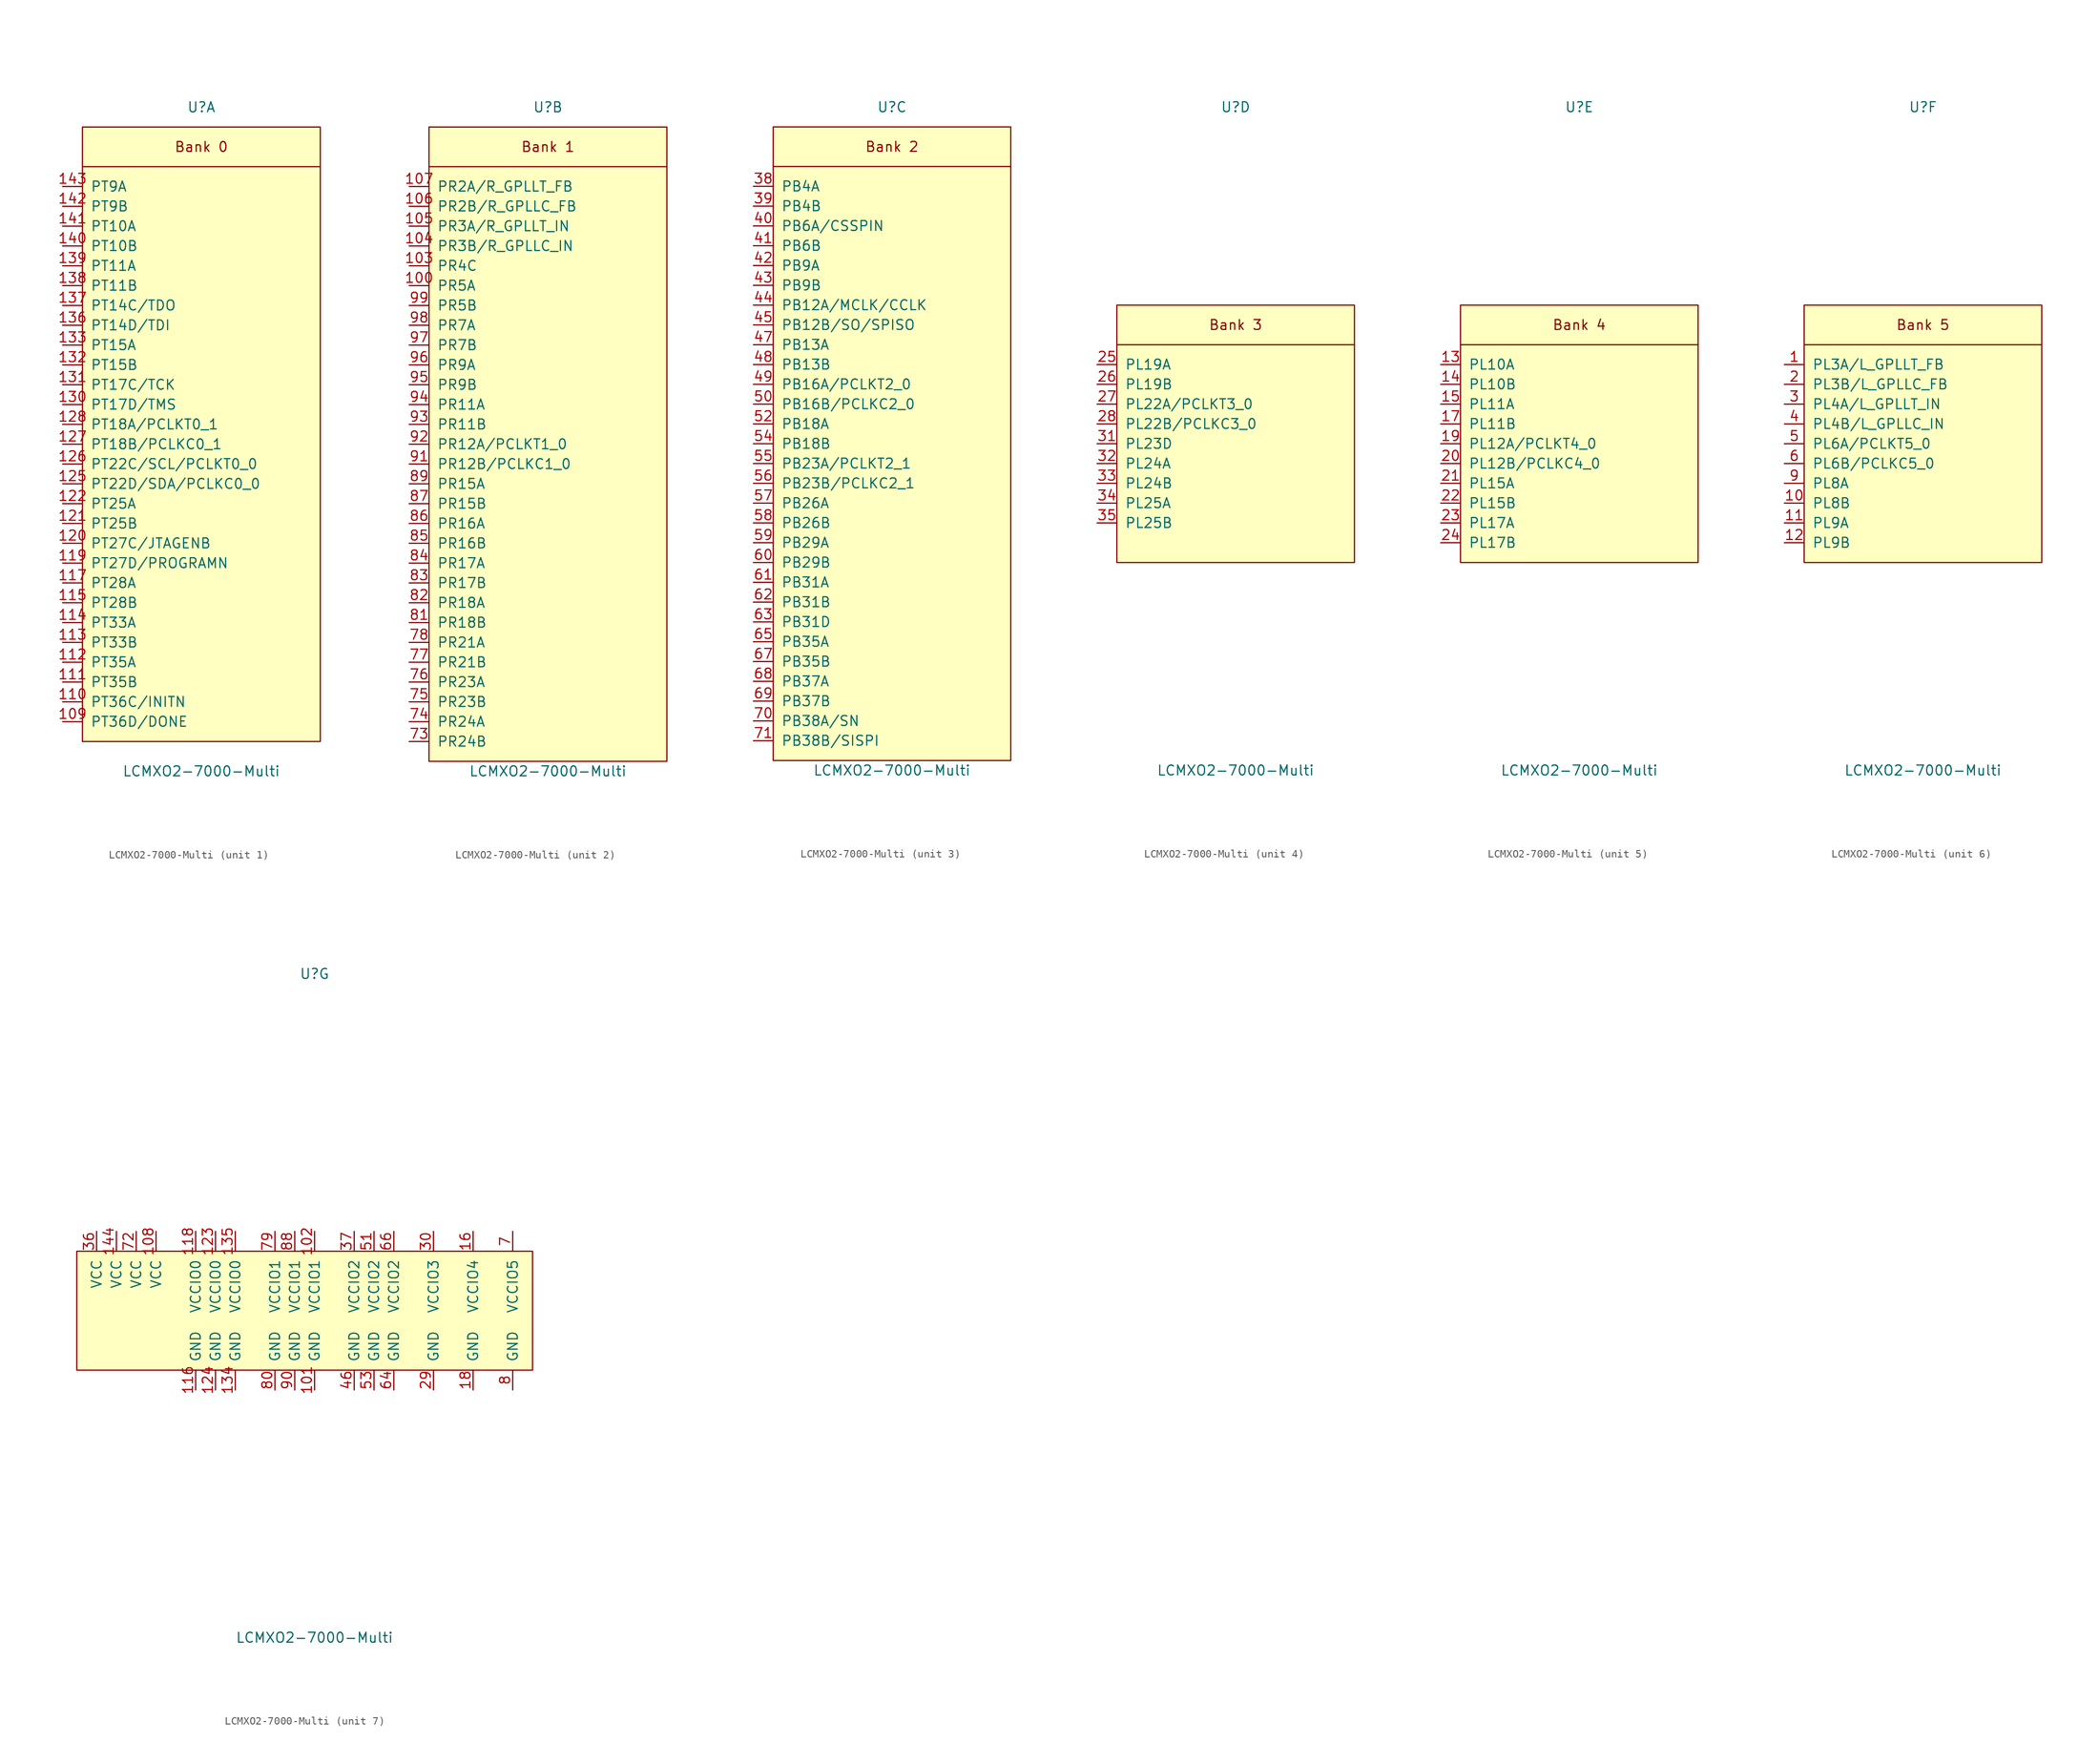
<source format=kicad_sym>
(kicad_symbol_lib
  (version 20231120)
  (generator "kicad_symbol_editor")
  (generator_version "8.0")
  (symbol "LCMXO2-7000-Multi"
    (pin_names
      (offset 1.016))
    (property "Reference" "U"
      (at 0 43.18 0)
      (effects (font (size 1.27 1.27))))
    (property "Value" "LCMXO2-7000-Multi"
      (at 0 -41.91 0)
      (effects (font (size 1.27 1.27))))
    (property "ki_locked" ""
      (at 0 0 0)
      (effects (font (size 1.27 1.27))))
    (symbol "LCMXO2-7000-Multi_1_0"
      (rectangle (start -15.24 40.64) (end 15.24 -38.1) (stroke (width 0) (type default)) (fill (type background)))
      (polyline (pts (xy 15.24 35.56) (xy -15.24 35.56)) (stroke (width 0) (type default)) (fill (type none)))
      (text "Bank 0" (at 0 38.1 0) (effects (font (size 1.27 1.27)))))
    (symbol "LCMXO2-7000-Multi_1_1"
      (pin tri_state line (at -17.78 -35.56 0) (length 2.54) (name "PT36D/DONE" (effects (font (size 1.27 1.27)))) (number "109" (effects (font (size 1.27 1.27)))))
      (pin tri_state line (at -17.78 -33.02 0) (length 2.54) (name "PT36C/INITN" (effects (font (size 1.27 1.27)))) (number "110" (effects (font (size 1.27 1.27)))))
      (pin tri_state line (at -17.78 -30.48 0) (length 2.54) (name "PT35B" (effects (font (size 1.27 1.27)))) (number "111" (effects (font (size 1.27 1.27)))))
      (pin tri_state line (at -17.78 -27.94 0) (length 2.54) (name "PT35A" (effects (font (size 1.27 1.27)))) (number "112" (effects (font (size 1.27 1.27)))))
      (pin tri_state line (at -17.78 -25.4 0) (length 2.54) (name "PT33B" (effects (font (size 1.27 1.27)))) (number "113" (effects (font (size 1.27 1.27)))))
      (pin tri_state line (at -17.78 -22.86 0) (length 2.54) (name "PT33A" (effects (font (size 1.27 1.27)))) (number "114" (effects (font (size 1.27 1.27)))))
      (pin tri_state line (at -17.78 -20.32 0) (length 2.54) (name "PT28B" (effects (font (size 1.27 1.27)))) (number "115" (effects (font (size 1.27 1.27)))))
      (pin tri_state line (at -17.78 -17.78 0) (length 2.54) (name "PT28A" (effects (font (size 1.27 1.27)))) (number "117" (effects (font (size 1.27 1.27)))))
      (pin tri_state line (at -17.78 -15.24 0) (length 2.54) (name "PT27D/PROGRAMN" (effects (font (size 1.27 1.27)))) (number "119" (effects (font (size 1.27 1.27)))))
      (pin tri_state line (at -17.78 -12.7 0) (length 2.54) (name "PT27C/JTAGENB" (effects (font (size 1.27 1.27)))) (number "120" (effects (font (size 1.27 1.27)))))
      (pin tri_state line (at -17.78 -10.16 0) (length 2.54) (name "PT25B" (effects (font (size 1.27 1.27)))) (number "121" (effects (font (size 1.27 1.27)))))
      (pin tri_state line (at -17.78 -7.62 0) (length 2.54) (name "PT25A" (effects (font (size 1.27 1.27)))) (number "122" (effects (font (size 1.27 1.27)))))
      (pin tri_state line (at -17.78 -5.08 0) (length 2.54) (name "PT22D/SDA/PCLKC0_0" (effects (font (size 1.27 1.27)))) (number "125" (effects (font (size 1.27 1.27)))))
      (pin tri_state line (at -17.78 -2.54 0) (length 2.54) (name "PT22C/SCL/PCLKT0_0" (effects (font (size 1.27 1.27)))) (number "126" (effects (font (size 1.27 1.27)))))
      (pin tri_state line (at -17.78 0 0) (length 2.54) (name "PT18B/PCLKC0_1" (effects (font (size 1.27 1.27)))) (number "127" (effects (font (size 1.27 1.27)))))
      (pin tri_state line (at -17.78 2.54 0) (length 2.54) (name "PT18A/PCLKT0_1" (effects (font (size 1.27 1.27)))) (number "128" (effects (font (size 1.27 1.27)))))
      (pin tri_state line (at -17.78 5.08 0) (length 2.54) (name "PT17D/TMS" (effects (font (size 1.27 1.27)))) (number "130" (effects (font (size 1.27 1.27)))))
      (pin tri_state line (at -17.78 7.62 0) (length 2.54) (name "PT17C/TCK" (effects (font (size 1.27 1.27)))) (number "131" (effects (font (size 1.27 1.27)))))
      (pin tri_state line (at -17.78 10.16 0) (length 2.54) (name "PT15B" (effects (font (size 1.27 1.27)))) (number "132" (effects (font (size 1.27 1.27)))))
      (pin tri_state line (at -17.78 12.7 0) (length 2.54) (name "PT15A" (effects (font (size 1.27 1.27)))) (number "133" (effects (font (size 1.27 1.27)))))
      (pin tri_state line (at -17.78 15.24 0) (length 2.54) (name "PT14D/TDI" (effects (font (size 1.27 1.27)))) (number "136" (effects (font (size 1.27 1.27)))))
      (pin tri_state line (at -17.78 17.78 0) (length 2.54) (name "PT14C/TDO" (effects (font (size 1.27 1.27)))) (number "137" (effects (font (size 1.27 1.27)))))
      (pin tri_state line (at -17.78 20.32 0) (length 2.54) (name "PT11B" (effects (font (size 1.27 1.27)))) (number "138" (effects (font (size 1.27 1.27)))))
      (pin tri_state line (at -17.78 22.86 0) (length 2.54) (name "PT11A" (effects (font (size 1.27 1.27)))) (number "139" (effects (font (size 1.27 1.27)))))
      (pin tri_state line (at -17.78 25.4 0) (length 2.54) (name "PT10B" (effects (font (size 1.27 1.27)))) (number "140" (effects (font (size 1.27 1.27)))))
      (pin tri_state line (at -17.78 27.94 0) (length 2.54) (name "PT10A" (effects (font (size 1.27 1.27)))) (number "141" (effects (font (size 1.27 1.27)))))
      (pin tri_state line (at -17.78 30.48 0) (length 2.54) (name "PT9B" (effects (font (size 1.27 1.27)))) (number "142" (effects (font (size 1.27 1.27)))))
      (pin tri_state line (at -17.78 33.02 0) (length 2.54) (name "PT9A" (effects (font (size 1.27 1.27)))) (number "143" (effects (font (size 1.27 1.27))))))
    (symbol "LCMXO2-7000-Multi_2_0"
      (text "Bank 1" (at 0 38.1 0) (effects (font (size 1.27 1.27)))))
    (symbol "LCMXO2-7000-Multi_2_1"
      (rectangle (start -15.24 40.64) (end 15.24 -40.64) (stroke (width 0) (type default)) (fill (type background)))
      (polyline (pts (xy -15.24 35.56) (xy 15.24 35.56)) (stroke (width 0) (type default)) (fill (type none)))
      (pin tri_state line (at -17.78 20.32 0) (length 2.54) (name "PR5A" (effects (font (size 1.27 1.27)))) (number "100" (effects (font (size 1.27 1.27)))))
      (pin tri_state line (at -17.78 22.86 0) (length 2.54) (name "PR4C" (effects (font (size 1.27 1.27)))) (number "103" (effects (font (size 1.27 1.27)))))
      (pin tri_state line (at -17.78 25.4 0) (length 2.54) (name "PR3B/R_GPLLC_IN" (effects (font (size 1.27 1.27)))) (number "104" (effects (font (size 1.27 1.27)))))
      (pin tri_state line (at -17.78 27.94 0) (length 2.54) (name "PR3A/R_GPLLT_IN" (effects (font (size 1.27 1.27)))) (number "105" (effects (font (size 1.27 1.27)))))
      (pin tri_state line (at -17.78 30.48 0) (length 2.54) (name "PR2B/R_GPLLC_FB" (effects (font (size 1.27 1.27)))) (number "106" (effects (font (size 1.27 1.27)))))
      (pin tri_state line (at -17.78 33.02 0) (length 2.54) (name "PR2A/R_GPLLT_FB" (effects (font (size 1.27 1.27)))) (number "107" (effects (font (size 1.27 1.27)))))
      (pin tri_state line (at -17.78 -38.1 0) (length 2.54) (name "PR24B" (effects (font (size 1.27 1.27)))) (number "73" (effects (font (size 1.27 1.27)))))
      (pin tri_state line (at -17.78 -35.56 0) (length 2.54) (name "PR24A" (effects (font (size 1.27 1.27)))) (number "74" (effects (font (size 1.27 1.27)))))
      (pin tri_state line (at -17.78 -33.02 0) (length 2.54) (name "PR23B" (effects (font (size 1.27 1.27)))) (number "75" (effects (font (size 1.27 1.27)))))
      (pin tri_state line (at -17.78 -30.48 0) (length 2.54) (name "PR23A" (effects (font (size 1.27 1.27)))) (number "76" (effects (font (size 1.27 1.27)))))
      (pin tri_state line (at -17.78 -27.94 0) (length 2.54) (name "PR21B" (effects (font (size 1.27 1.27)))) (number "77" (effects (font (size 1.27 1.27)))))
      (pin tri_state line (at -17.78 -25.4 0) (length 2.54) (name "PR21A" (effects (font (size 1.27 1.27)))) (number "78" (effects (font (size 1.27 1.27)))))
      (pin tri_state line (at -17.78 -22.86 0) (length 2.54) (name "PR18B" (effects (font (size 1.27 1.27)))) (number "81" (effects (font (size 1.27 1.27)))))
      (pin tri_state line (at -17.78 -20.32 0) (length 2.54) (name "PR18A" (effects (font (size 1.27 1.27)))) (number "82" (effects (font (size 1.27 1.27)))))
      (pin tri_state line (at -17.78 -17.78 0) (length 2.54) (name "PR17B" (effects (font (size 1.27 1.27)))) (number "83" (effects (font (size 1.27 1.27)))))
      (pin tri_state line (at -17.78 -15.24 0) (length 2.54) (name "PR17A" (effects (font (size 1.27 1.27)))) (number "84" (effects (font (size 1.27 1.27)))))
      (pin tri_state line (at -17.78 -12.7 0) (length 2.54) (name "PR16B" (effects (font (size 1.27 1.27)))) (number "85" (effects (font (size 1.27 1.27)))))
      (pin tri_state line (at -17.78 -10.16 0) (length 2.54) (name "PR16A" (effects (font (size 1.27 1.27)))) (number "86" (effects (font (size 1.27 1.27)))))
      (pin tri_state line (at -17.78 -7.62 0) (length 2.54) (name "PR15B" (effects (font (size 1.27 1.27)))) (number "87" (effects (font (size 1.27 1.27)))))
      (pin tri_state line (at -17.78 -5.08 0) (length 2.54) (name "PR15A" (effects (font (size 1.27 1.27)))) (number "89" (effects (font (size 1.27 1.27)))))
      (pin tri_state line (at -17.78 -2.54 0) (length 2.54) (name "PR12B/PCLKC1_0" (effects (font (size 1.27 1.27)))) (number "91" (effects (font (size 1.27 1.27)))))
      (pin tri_state line (at -17.78 0 0) (length 2.54) (name "PR12A/PCLKT1_0" (effects (font (size 1.27 1.27)))) (number "92" (effects (font (size 1.27 1.27)))))
      (pin tri_state line (at -17.78 2.54 0) (length 2.54) (name "PR11B" (effects (font (size 1.27 1.27)))) (number "93" (effects (font (size 1.27 1.27)))))
      (pin tri_state line (at -17.78 5.08 0) (length 2.54) (name "PR11A" (effects (font (size 1.27 1.27)))) (number "94" (effects (font (size 1.27 1.27)))))
      (pin tri_state line (at -17.78 7.62 0) (length 2.54) (name "PR9B" (effects (font (size 1.27 1.27)))) (number "95" (effects (font (size 1.27 1.27)))))
      (pin tri_state line (at -17.78 10.16 0) (length 2.54) (name "PR9A" (effects (font (size 1.27 1.27)))) (number "96" (effects (font (size 1.27 1.27)))))
      (pin tri_state line (at -17.78 12.7 0) (length 2.54) (name "PR7B" (effects (font (size 1.27 1.27)))) (number "97" (effects (font (size 1.27 1.27)))))
      (pin tri_state line (at -17.78 15.24 0) (length 2.54) (name "PR7A" (effects (font (size 1.27 1.27)))) (number "98" (effects (font (size 1.27 1.27)))))
      (pin tri_state line (at -17.78 17.78 0) (length 2.54) (name "PR5B" (effects (font (size 1.27 1.27)))) (number "99" (effects (font (size 1.27 1.27))))))
    (symbol "LCMXO2-7000-Multi_3_0"
      (text "Bank 2" (at 0 38.1 0) (effects (font (size 1.27 1.27)))))
    (symbol "LCMXO2-7000-Multi_3_1"
      (rectangle (start -15.24 40.64) (end 15.24 -40.64) (stroke (width 0) (type default)) (fill (type background)))
      (polyline (pts (xy -15.24 35.56) (xy 15.24 35.56)) (stroke (width 0) (type default)) (fill (type none)))
      (pin tri_state line (at -17.78 33.02 0) (length 2.54) (name "PB4A" (effects (font (size 1.27 1.27)))) (number "38" (effects (font (size 1.27 1.27)))))
      (pin tri_state line (at -17.78 30.48 0) (length 2.54) (name "PB4B" (effects (font (size 1.27 1.27)))) (number "39" (effects (font (size 1.27 1.27)))))
      (pin tri_state line (at -17.78 27.94 0) (length 2.54) (name "PB6A/CSSPIN" (effects (font (size 1.27 1.27)))) (number "40" (effects (font (size 1.27 1.27)))))
      (pin tri_state line (at -17.78 25.4 0) (length 2.54) (name "PB6B" (effects (font (size 1.27 1.27)))) (number "41" (effects (font (size 1.27 1.27)))))
      (pin tri_state line (at -17.78 22.86 0) (length 2.54) (name "PB9A" (effects (font (size 1.27 1.27)))) (number "42" (effects (font (size 1.27 1.27)))))
      (pin tri_state line (at -17.78 20.32 0) (length 2.54) (name "PB9B" (effects (font (size 1.27 1.27)))) (number "43" (effects (font (size 1.27 1.27)))))
      (pin tri_state line (at -17.78 17.78 0) (length 2.54) (name "PB12A/MCLK/CCLK" (effects (font (size 1.27 1.27)))) (number "44" (effects (font (size 1.27 1.27)))))
      (pin tri_state line (at -17.78 15.24 0) (length 2.54) (name "PB12B/SO/SPISO" (effects (font (size 1.27 1.27)))) (number "45" (effects (font (size 1.27 1.27)))))
      (pin tri_state line (at -17.78 12.7 0) (length 2.54) (name "PB13A" (effects (font (size 1.27 1.27)))) (number "47" (effects (font (size 1.27 1.27)))))
      (pin tri_state line (at -17.78 10.16 0) (length 2.54) (name "PB13B" (effects (font (size 1.27 1.27)))) (number "48" (effects (font (size 1.27 1.27)))))
      (pin tri_state line (at -17.78 7.62 0) (length 2.54) (name "PB16A/PCLKT2_0" (effects (font (size 1.27 1.27)))) (number "49" (effects (font (size 1.27 1.27)))))
      (pin tri_state line (at -17.78 5.08 0) (length 2.54) (name "PB16B/PCLKC2_0" (effects (font (size 1.27 1.27)))) (number "50" (effects (font (size 1.27 1.27)))))
      (pin tri_state line (at -17.78 2.54 0) (length 2.54) (name "PB18A" (effects (font (size 1.27 1.27)))) (number "52" (effects (font (size 1.27 1.27)))))
      (pin tri_state line (at -17.78 0 0) (length 2.54) (name "PB18B" (effects (font (size 1.27 1.27)))) (number "54" (effects (font (size 1.27 1.27)))))
      (pin tri_state line (at -17.78 -2.54 0) (length 2.54) (name "PB23A/PCLKT2_1" (effects (font (size 1.27 1.27)))) (number "55" (effects (font (size 1.27 1.27)))))
      (pin tri_state line (at -17.78 -5.08 0) (length 2.54) (name "PB23B/PCLKC2_1" (effects (font (size 1.27 1.27)))) (number "56" (effects (font (size 1.27 1.27)))))
      (pin tri_state line (at -17.78 -7.62 0) (length 2.54) (name "PB26A" (effects (font (size 1.27 1.27)))) (number "57" (effects (font (size 1.27 1.27)))))
      (pin tri_state line (at -17.78 -10.16 0) (length 2.54) (name "PB26B" (effects (font (size 1.27 1.27)))) (number "58" (effects (font (size 1.27 1.27)))))
      (pin tri_state line (at -17.78 -12.7 0) (length 2.54) (name "PB29A" (effects (font (size 1.27 1.27)))) (number "59" (effects (font (size 1.27 1.27)))))
      (pin tri_state line (at -17.78 -15.24 0) (length 2.54) (name "PB29B" (effects (font (size 1.27 1.27)))) (number "60" (effects (font (size 1.27 1.27)))))
      (pin tri_state line (at -17.78 -17.78 0) (length 2.54) (name "PB31A" (effects (font (size 1.27 1.27)))) (number "61" (effects (font (size 1.27 1.27)))))
      (pin tri_state line (at -17.78 -20.32 0) (length 2.54) (name "PB31B" (effects (font (size 1.27 1.27)))) (number "62" (effects (font (size 1.27 1.27)))))
      (pin tri_state line (at -17.78 -22.86 0) (length 2.54) (name "PB31D" (effects (font (size 1.27 1.27)))) (number "63" (effects (font (size 1.27 1.27)))))
      (pin tri_state line (at -17.78 -25.4 0) (length 2.54) (name "PB35A" (effects (font (size 1.27 1.27)))) (number "65" (effects (font (size 1.27 1.27)))))
      (pin tri_state line (at -17.78 -27.94 0) (length 2.54) (name "PB35B" (effects (font (size 1.27 1.27)))) (number "67" (effects (font (size 1.27 1.27)))))
      (pin tri_state line (at -17.78 -30.48 0) (length 2.54) (name "PB37A" (effects (font (size 1.27 1.27)))) (number "68" (effects (font (size 1.27 1.27)))))
      (pin tri_state line (at -17.78 -33.02 0) (length 2.54) (name "PB37B" (effects (font (size 1.27 1.27)))) (number "69" (effects (font (size 1.27 1.27)))))
      (pin tri_state line (at -17.78 -35.56 0) (length 2.54) (name "PB38A/SN" (effects (font (size 1.27 1.27)))) (number "70" (effects (font (size 1.27 1.27)))))
      (pin tri_state line (at -17.78 -38.1 0) (length 2.54) (name "PB38B/SISPI" (effects (font (size 1.27 1.27)))) (number "71" (effects (font (size 1.27 1.27))))))
    (symbol "LCMXO2-7000-Multi_4_0"
      (rectangle (start -15.24 17.78) (end 15.24 -15.24) (stroke (width 0) (type default)) (fill (type background)))
      (polyline (pts (xy 15.24 12.7) (xy -15.24 12.7)) (stroke (width 0) (type default)) (fill (type none)))
      (text "Bank 3" (at 0 15.24 0) (effects (font (size 1.27 1.27)))))
    (symbol "LCMXO2-7000-Multi_4_1"
      (pin tri_state line (at -17.78 10.16 0) (length 2.54) (name "PL19A" (effects (font (size 1.27 1.27)))) (number "25" (effects (font (size 1.27 1.27)))))
      (pin tri_state line (at -17.78 7.62 0) (length 2.54) (name "PL19B" (effects (font (size 1.27 1.27)))) (number "26" (effects (font (size 1.27 1.27)))))
      (pin tri_state line (at -17.78 5.08 0) (length 2.54) (name "PL22A/PCLKT3_0" (effects (font (size 1.27 1.27)))) (number "27" (effects (font (size 1.27 1.27)))))
      (pin tri_state line (at -17.78 2.54 0) (length 2.54) (name "PL22B/PCLKC3_0" (effects (font (size 1.27 1.27)))) (number "28" (effects (font (size 1.27 1.27)))))
      (pin tri_state line (at -17.78 0 0) (length 2.54) (name "PL23D" (effects (font (size 1.27 1.27)))) (number "31" (effects (font (size 1.27 1.27)))))
      (pin tri_state line (at -17.78 -2.54 0) (length 2.54) (name "PL24A" (effects (font (size 1.27 1.27)))) (number "32" (effects (font (size 1.27 1.27)))))
      (pin tri_state line (at -17.78 -5.08 0) (length 2.54) (name "PL24B" (effects (font (size 1.27 1.27)))) (number "33" (effects (font (size 1.27 1.27)))))
      (pin tri_state line (at -17.78 -7.62 0) (length 2.54) (name "PL25A" (effects (font (size 1.27 1.27)))) (number "34" (effects (font (size 1.27 1.27)))))
      (pin tri_state line (at -17.78 -10.16 0) (length 2.54) (name "PL25B" (effects (font (size 1.27 1.27)))) (number "35" (effects (font (size 1.27 1.27))))))
    (symbol "LCMXO2-7000-Multi_5_0"
      (rectangle (start -15.24 17.78) (end 15.24 -15.24) (stroke (width 0) (type default)) (fill (type background)))
      (polyline (pts (xy 15.24 12.7) (xy -15.24 12.7)) (stroke (width 0) (type default)) (fill (type none)))
      (text "Bank 4" (at 0 15.24 0) (effects (font (size 1.27 1.27)))))
    (symbol "LCMXO2-7000-Multi_5_1"
      (pin tri_state line (at -17.78 10.16 0) (length 2.54) (name "PL10A" (effects (font (size 1.27 1.27)))) (number "13" (effects (font (size 1.27 1.27)))))
      (pin tri_state line (at -17.78 7.62 0) (length 2.54) (name "PL10B" (effects (font (size 1.27 1.27)))) (number "14" (effects (font (size 1.27 1.27)))))
      (pin tri_state line (at -17.78 5.08 0) (length 2.54) (name "PL11A" (effects (font (size 1.27 1.27)))) (number "15" (effects (font (size 1.27 1.27)))))
      (pin tri_state line (at -17.78 2.54 0) (length 2.54) (name "PL11B" (effects (font (size 1.27 1.27)))) (number "17" (effects (font (size 1.27 1.27)))))
      (pin tri_state line (at -17.78 0 0) (length 2.54) (name "PL12A/PCLKT4_0" (effects (font (size 1.27 1.27)))) (number "19" (effects (font (size 1.27 1.27)))))
      (pin tri_state line (at -17.78 -2.54 0) (length 2.54) (name "PL12B/PCLKC4_0" (effects (font (size 1.27 1.27)))) (number "20" (effects (font (size 1.27 1.27)))))
      (pin tri_state line (at -17.78 -5.08 0) (length 2.54) (name "PL15A" (effects (font (size 1.27 1.27)))) (number "21" (effects (font (size 1.27 1.27)))))
      (pin tri_state line (at -17.78 -7.62 0) (length 2.54) (name "PL15B" (effects (font (size 1.27 1.27)))) (number "22" (effects (font (size 1.27 1.27)))))
      (pin tri_state line (at -17.78 -10.16 0) (length 2.54) (name "PL17A" (effects (font (size 1.27 1.27)))) (number "23" (effects (font (size 1.27 1.27)))))
      (pin tri_state line (at -17.78 -12.7 0) (length 2.54) (name "PL17B" (effects (font (size 1.27 1.27)))) (number "24" (effects (font (size 1.27 1.27))))))
    (symbol "LCMXO2-7000-Multi_6_0"
      (rectangle (start -15.24 17.78) (end 15.24 -15.24) (stroke (width 0) (type default)) (fill (type background)))
      (polyline (pts (xy 15.24 12.7) (xy -15.24 12.7)) (stroke (width 0) (type default)) (fill (type none)))
      (text "Bank 5" (at 0 15.24 0) (effects (font (size 1.27 1.27)))))
    (symbol "LCMXO2-7000-Multi_6_1"
      (pin tri_state line (at -17.78 10.16 0) (length 2.54) (name "PL3A/L_GPLLT_FB" (effects (font (size 1.27 1.27)))) (number "1" (effects (font (size 1.27 1.27)))))
      (pin tri_state line (at -17.78 -7.62 0) (length 2.54) (name "PL8B" (effects (font (size 1.27 1.27)))) (number "10" (effects (font (size 1.27 1.27)))))
      (pin tri_state line (at -17.78 -10.16 0) (length 2.54) (name "PL9A" (effects (font (size 1.27 1.27)))) (number "11" (effects (font (size 1.27 1.27)))))
      (pin tri_state line (at -17.78 -12.7 0) (length 2.54) (name "PL9B" (effects (font (size 1.27 1.27)))) (number "12" (effects (font (size 1.27 1.27)))))
      (pin tri_state line (at -17.78 7.62 0) (length 2.54) (name "PL3B/L_GPLLC_FB" (effects (font (size 1.27 1.27)))) (number "2" (effects (font (size 1.27 1.27)))))
      (pin tri_state line (at -17.78 5.08 0) (length 2.54) (name "PL4A/L_GPLLT_IN" (effects (font (size 1.27 1.27)))) (number "3" (effects (font (size 1.27 1.27)))))
      (pin tri_state line (at -17.78 2.54 0) (length 2.54) (name "PL4B/L_GPLLC_IN" (effects (font (size 1.27 1.27)))) (number "4" (effects (font (size 1.27 1.27)))))
      (pin tri_state line (at -17.78 0 0) (length 2.54) (name "PL6A/PCLKT5_0" (effects (font (size 1.27 1.27)))) (number "5" (effects (font (size 1.27 1.27)))))
      (pin tri_state line (at -17.78 -2.54 0) (length 2.54) (name "PL6B/PCLKC5_0" (effects (font (size 1.27 1.27)))) (number "6" (effects (font (size 1.27 1.27)))))
      (pin tri_state line (at -17.78 -5.08 0) (length 2.54) (name "PL8A" (effects (font (size 1.27 1.27)))) (number "9" (effects (font (size 1.27 1.27))))))
    (symbol "LCMXO2-7000-Multi_7_0"
      (rectangle (start -30.48 7.62) (end 27.94 -7.62) (stroke (width 0) (type default)) (fill (type background))))
    (symbol "LCMXO2-7000-Multi_7_1"
      (pin power_in line (at 0 -10.16 90) (length 2.54) (name "GND" (effects (font (size 1.27 1.27)))) (number "101" (effects (font (size 1.27 1.27)))))
      (pin power_in line (at 0 10.16 270) (length 2.54) (name "VCCIO1" (effects (font (size 1.27 1.27)))) (number "102" (effects (font (size 1.27 1.27)))))
      (pin power_in line (at -20.32 10.16 270) (length 2.54) (name "VCC" (effects (font (size 1.27 1.27)))) (number "108" (effects (font (size 1.27 1.27)))))
      (pin power_in line (at -15.24 -10.16 90) (length 2.54) (name "GND" (effects (font (size 1.27 1.27)))) (number "116" (effects (font (size 1.27 1.27)))))
      (pin power_in line (at -15.24 10.16 270) (length 2.54) (name "VCCIO0" (effects (font (size 1.27 1.27)))) (number "118" (effects (font (size 1.27 1.27)))))
      (pin power_in line (at -12.7 10.16 270) (length 2.54) (name "VCCIO0" (effects (font (size 1.27 1.27)))) (number "123" (effects (font (size 1.27 1.27)))))
      (pin power_in line (at -12.7 -10.16 90) (length 2.54) (name "GND" (effects (font (size 1.27 1.27)))) (number "124" (effects (font (size 1.27 1.27)))))
      (pin power_in line (at -10.16 -10.16 90) (length 2.54) (name "GND" (effects (font (size 1.27 1.27)))) (number "134" (effects (font (size 1.27 1.27)))))
      (pin power_in line (at -10.16 10.16 270) (length 2.54) (name "VCCIO0" (effects (font (size 1.27 1.27)))) (number "135" (effects (font (size 1.27 1.27)))))
      (pin power_in line (at -25.4 10.16 270) (length 2.54) (name "VCC" (effects (font (size 1.27 1.27)))) (number "144" (effects (font (size 1.27 1.27)))))
      (pin power_in line (at 20.32 10.16 270) (length 2.54) (name "VCCIO4" (effects (font (size 1.27 1.27)))) (number "16" (effects (font (size 1.27 1.27)))))
      (pin power_in line (at 20.32 -10.16 90) (length 2.54) (name "GND" (effects (font (size 1.27 1.27)))) (number "18" (effects (font (size 1.27 1.27)))))
      (pin power_in line (at 15.24 -10.16 90) (length 2.54) (name "GND" (effects (font (size 1.27 1.27)))) (number "29" (effects (font (size 1.27 1.27)))))
      (pin power_in line (at 15.24 10.16 270) (length 2.54) (name "VCCIO3" (effects (font (size 1.27 1.27)))) (number "30" (effects (font (size 1.27 1.27)))))
      (pin power_in line (at -27.94 10.16 270) (length 2.54) (name "VCC" (effects (font (size 1.27 1.27)))) (number "36" (effects (font (size 1.27 1.27)))))
      (pin power_in line (at 5.08 10.16 270) (length 2.54) (name "VCCIO2" (effects (font (size 1.27 1.27)))) (number "37" (effects (font (size 1.27 1.27)))))
      (pin power_in line (at 5.08 -10.16 90) (length 2.54) (name "GND" (effects (font (size 1.27 1.27)))) (number "46" (effects (font (size 1.27 1.27)))))
      (pin power_in line (at 7.62 10.16 270) (length 2.54) (name "VCCIO2" (effects (font (size 1.27 1.27)))) (number "51" (effects (font (size 1.27 1.27)))))
      (pin power_in line (at 7.62 -10.16 90) (length 2.54) (name "GND" (effects (font (size 1.27 1.27)))) (number "53" (effects (font (size 1.27 1.27)))))
      (pin power_in line (at 10.16 -10.16 90) (length 2.54) (name "GND" (effects (font (size 1.27 1.27)))) (number "64" (effects (font (size 1.27 1.27)))))
      (pin power_in line (at 10.16 10.16 270) (length 2.54) (name "VCCIO2" (effects (font (size 1.27 1.27)))) (number "66" (effects (font (size 1.27 1.27)))))
      (pin power_in line (at 25.4 10.16 270) (length 2.54) (name "VCCIO5" (effects (font (size 1.27 1.27)))) (number "7" (effects (font (size 1.27 1.27)))))
      (pin power_in line (at -22.86 10.16 270) (length 2.54) (name "VCC" (effects (font (size 1.27 1.27)))) (number "72" (effects (font (size 1.27 1.27)))))
      (pin power_in line (at -5.08 10.16 270) (length 2.54) (name "VCCIO1" (effects (font (size 1.27 1.27)))) (number "79" (effects (font (size 1.27 1.27)))))
      (pin power_in line (at 25.4 -10.16 90) (length 2.54) (name "GND" (effects (font (size 1.27 1.27)))) (number "8" (effects (font (size 1.27 1.27)))))
      (pin power_in line (at -5.08 -10.16 90) (length 2.54) (name "GND" (effects (font (size 1.27 1.27)))) (number "80" (effects (font (size 1.27 1.27)))))
      (pin power_in line (at -2.54 10.16 270) (length 2.54) (name "VCCIO1" (effects (font (size 1.27 1.27)))) (number "88" (effects (font (size 1.27 1.27)))))
      (pin power_in line (at -2.54 -10.16 90) (length 2.54) (name "GND" (effects (font (size 1.27 1.27)))) (number "90" (effects (font (size 1.27 1.27))))))))
</source>
